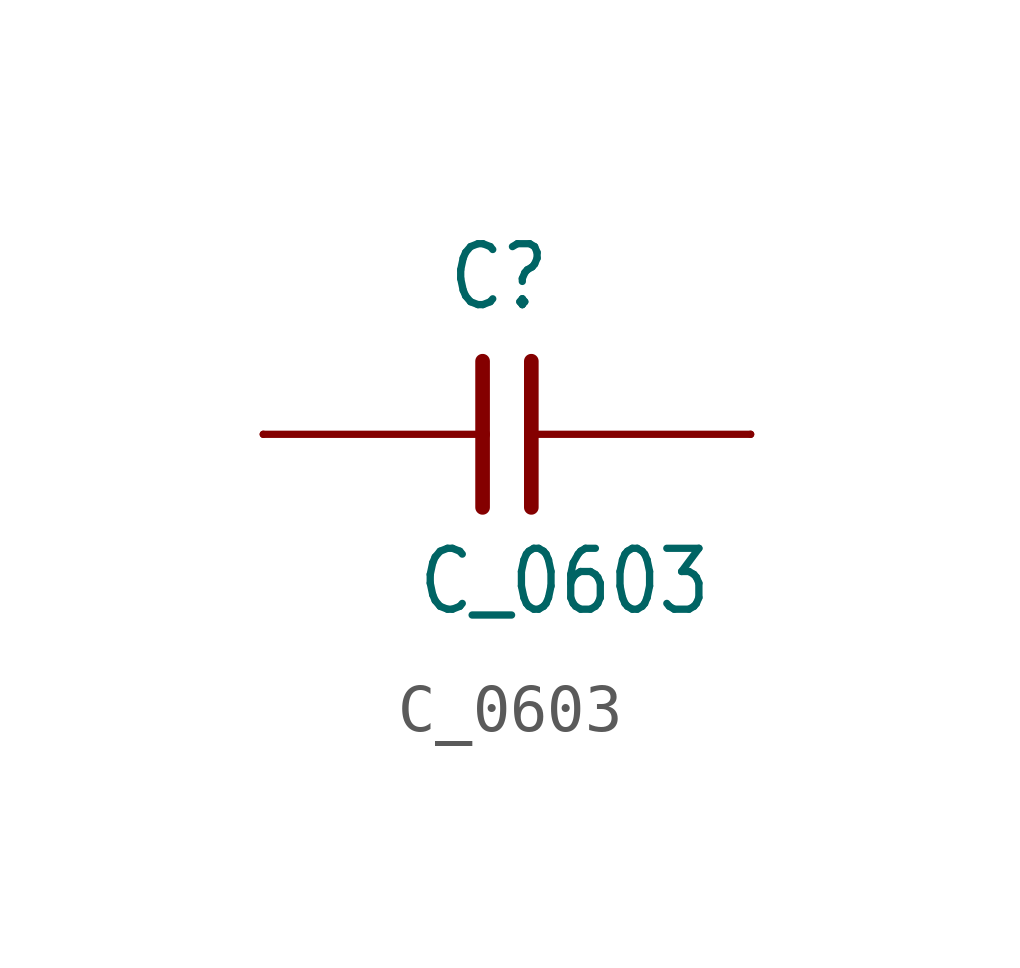
<source format=kicad_sym>
(kicad_symbol_lib
  (version 20201005)
  (generator kicad_symbol_editor)
  (symbol "C_0603"
    (property "Reference" "C"
      (at -1.27 2.54 0)
      (effects (font (size 1.27 1.079)) (justify left bottom)))
    (property "Value" "C_0603"
      (at -1.905 -3.81 0)
      (effects (font (size 1.27 1.079)) (justify left bottom)))
    (property "ki_locked" ""
      (at 0 0 0)
      (effects (font (size 1.27 1.27))))
    (symbol "C_0603_1_0"
      (polyline (pts (xy -5.08 0) (xy -0.508 0)) (stroke (width 0.152)) (fill (type none)))
      (polyline (pts (xy -0.508 1.524) (xy -0.508 0)) (stroke (width 0.305)) (fill (type none)))
      (polyline (pts (xy -0.508 0) (xy -0.508 -1.524)) (stroke (width 0.305)) (fill (type none)))
      (polyline (pts (xy 5.08 0) (xy 0.508 0)) (stroke (width 0.152)) (fill (type none)))
      (polyline (pts (xy 0.508 1.524) (xy 0.508 0)) (stroke (width 0.305)) (fill (type none)))
      (polyline (pts (xy 0.508 0) (xy 0.508 -1.524)) (stroke (width 0.305)) (fill (type none)))
      (pin passive line (at -5.08 0 0) (length 0) (name "1" (effects (font (size 0 0)))) (number "1" (effects (font (size 0 0)))))
      (pin passive line (at 5.08 0 0) (length 0) (name "2" (effects (font (size 0 0)))) (number "2" (effects (font (size 0 0))))))))
</source>
